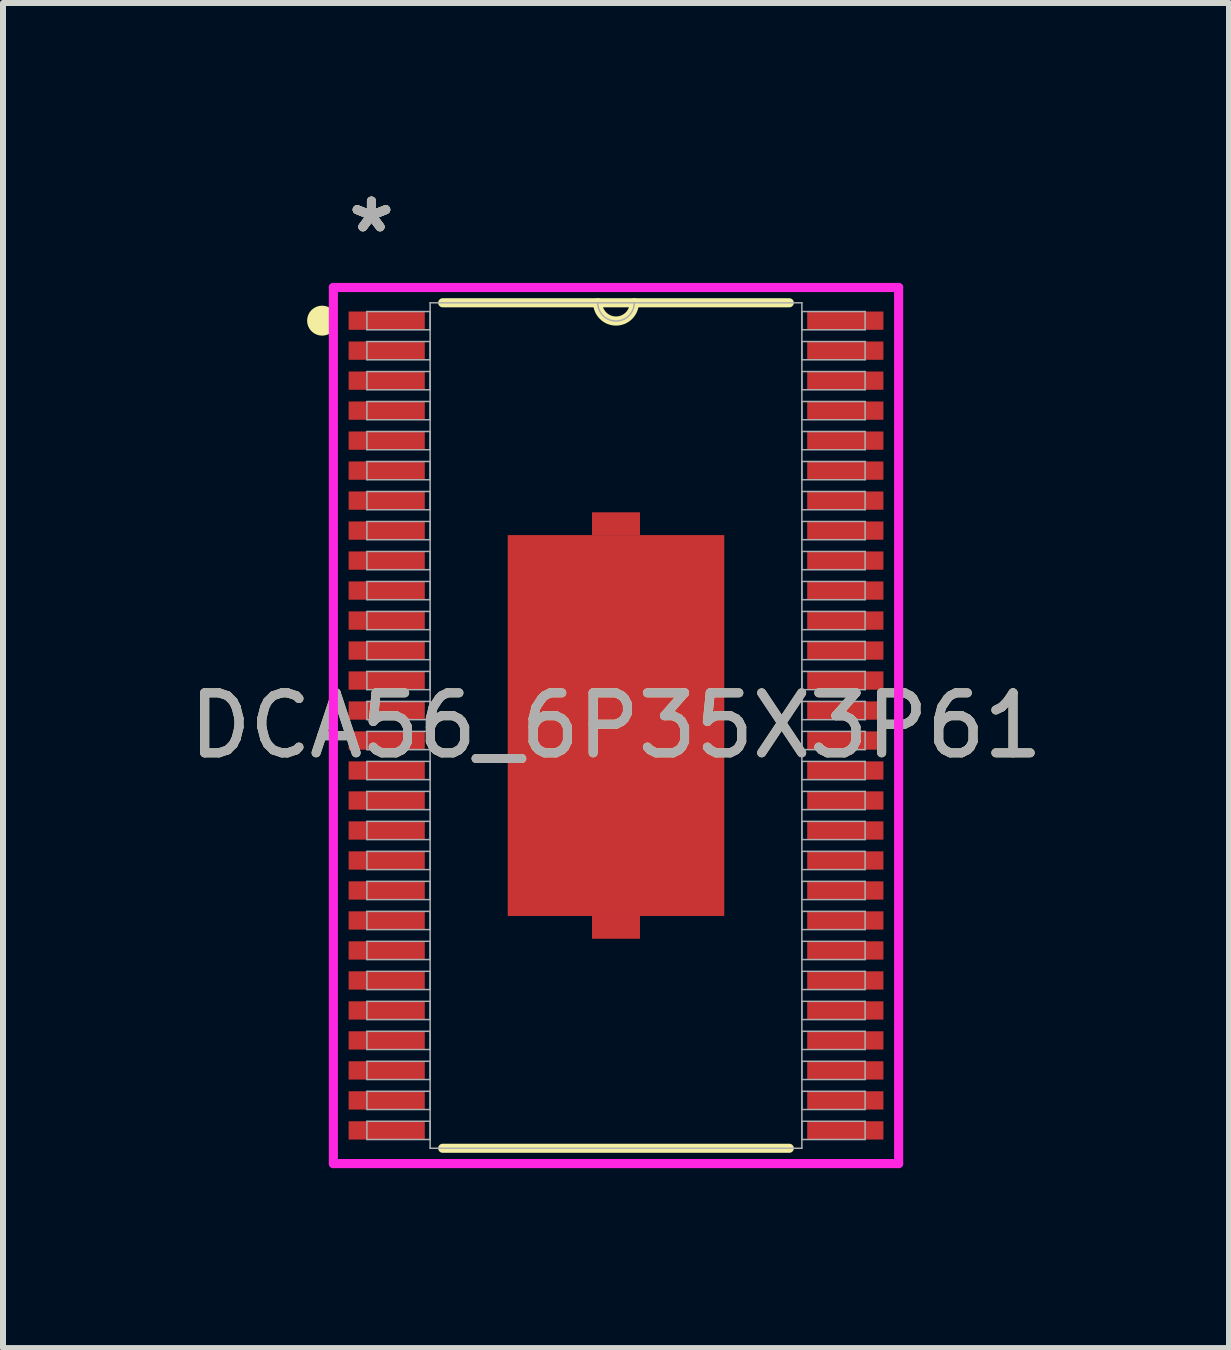
<source format=kicad_pcb>
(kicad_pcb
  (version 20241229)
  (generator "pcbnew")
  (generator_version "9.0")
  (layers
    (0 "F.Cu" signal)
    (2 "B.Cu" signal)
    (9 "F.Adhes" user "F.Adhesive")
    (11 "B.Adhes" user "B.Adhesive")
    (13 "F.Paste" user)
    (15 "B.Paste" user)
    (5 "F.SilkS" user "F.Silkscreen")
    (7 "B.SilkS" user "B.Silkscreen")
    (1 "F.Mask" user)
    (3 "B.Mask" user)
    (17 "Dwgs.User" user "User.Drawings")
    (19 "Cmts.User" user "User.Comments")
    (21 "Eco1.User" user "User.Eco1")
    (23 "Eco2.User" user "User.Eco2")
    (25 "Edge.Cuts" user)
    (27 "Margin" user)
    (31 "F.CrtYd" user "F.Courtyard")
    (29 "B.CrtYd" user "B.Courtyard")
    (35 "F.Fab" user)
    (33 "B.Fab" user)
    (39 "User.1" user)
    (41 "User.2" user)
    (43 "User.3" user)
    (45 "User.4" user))
  (footprint "DCA56_6P35X3P61"
    (layer "F.Cu")
    (at 7.22 9.046)
    (property "Reference" "DCA56_6P35X3P61" (at 0 0 0) (unlocked yes) (layer "F.SilkS") (effects (font (size 1 1) (thickness 0.15))))
    (attr smd)
    (fp_poly (pts (xy -0.4 -3.175) (xy -0.4 -3.555) (xy 0.4 -3.555) (xy 0.4 -3.175)) (stroke (width 0) (type solid)) (fill yes) (layer "F.Cu"))
    (fp_poly (pts (xy -0.4 3.175) (xy -0.4 3.555) (xy 0.4 3.555) (xy 0.4 3.175)) (stroke (width 0) (type solid)) (fill yes) (layer "F.Cu"))
    (fp_poly (pts (xy -1.869 -3.239) (xy -1.381 -3.239) (xy -1.381 3.239) (xy -1.869 3.239)) (stroke (width 0) (type solid)) (fill yes) (layer "F.Mask"))
    (fp_poly (pts (xy -1.869 -3.239) (xy 1.869 -3.239) (xy 1.869 -2.956) (xy -1.869 -2.956)) (stroke (width 0) (type solid)) (fill yes) (layer "F.Mask"))
    (fp_poly (pts (xy -1.869 -2.556) (xy 1.869 -2.556) (xy 1.869 -2.168) (xy -1.869 -2.168)) (stroke (width 0) (type solid)) (fill yes) (layer "F.Mask"))
    (fp_poly (pts (xy -1.869 -1.768) (xy 1.869 -1.768) (xy 1.869 -1.381) (xy -1.869 -1.381)) (stroke (width 0) (type solid)) (fill yes) (layer "F.Mask"))
    (fp_poly (pts (xy -1.869 -0.981) (xy 1.869 -0.981) (xy 1.869 -0.594) (xy -1.869 -0.594)) (stroke (width 0) (type solid)) (fill yes) (layer "F.Mask"))
    (fp_poly (pts (xy -1.869 -0.194) (xy 1.869 -0.194) (xy 1.869 0.194) (xy -1.869 0.194)) (stroke (width 0) (type solid)) (fill yes) (layer "F.Mask"))
    (fp_poly (pts (xy -1.869 0.594) (xy 1.869 0.594) (xy 1.869 0.981) (xy -1.869 0.981)) (stroke (width 0) (type solid)) (fill yes) (layer "F.Mask"))
    (fp_poly (pts (xy -1.869 1.381) (xy 1.869 1.381) (xy 1.869 1.768) (xy -1.869 1.768)) (stroke (width 0) (type solid)) (fill yes) (layer "F.Mask"))
    (fp_poly (pts (xy -1.869 2.168) (xy 1.869 2.168) (xy 1.869 2.556) (xy -1.869 2.556)) (stroke (width 0) (type solid)) (fill yes) (layer "F.Mask"))
    (fp_poly (pts (xy -1.869 2.956) (xy 1.869 2.956) (xy 1.869 3.239) (xy -1.869 3.239)) (stroke (width 0) (type solid)) (fill yes) (layer "F.Mask"))
    (fp_poly (pts (xy -0.594 -3.239) (xy -0.981 -3.239) (xy -0.981 3.239) (xy -0.594 3.239)) (stroke (width 0) (type solid)) (fill yes) (layer "F.Mask"))
    (fp_poly (pts (xy -0.4 -3.175) (xy -0.4 -3.555) (xy 0.4 -3.555) (xy 0.4 -3.175)) (stroke (width 0) (type solid)) (fill yes) (layer "F.Mask"))
    (fp_poly (pts (xy -0.4 3.175) (xy -0.4 3.555) (xy 0.4 3.555) (xy 0.4 3.175)) (stroke (width 0) (type solid)) (fill yes) (layer "F.Mask"))
    (fp_poly (pts (xy 0.194 -3.239) (xy -0.194 -3.239) (xy -0.194 3.239) (xy 0.194 3.239)) (stroke (width 0) (type solid)) (fill yes) (layer "F.Mask"))
    (fp_poly (pts (xy 0.981 -3.239) (xy 0.594 -3.239) (xy 0.594 3.239) (xy 0.981 3.239)) (stroke (width 0) (type solid)) (fill yes) (layer "F.Mask"))
    (fp_poly (pts (xy 1.381 -3.239) (xy 1.869 -3.239) (xy 1.869 3.239) (xy 1.381 3.239)) (stroke (width 0) (type solid)) (fill yes) (layer "F.Mask"))
    (fp_line (start -2.889 7.048) (end 2.889 7.048) (stroke (width 0.152) (type solid)) (layer "F.SilkS"))
    (fp_line (start 2.889 -7.048) (end -2.889 -7.048) (stroke (width 0.152) (type solid)) (layer "F.SilkS"))
    (fp_arc (start 0.3048 -7.0485) (mid 0 -6.7437) (end -0.3048 -7.0485) (stroke (width 0.1524) (type solid)) (layer "F.SilkS"))
    (fp_circle (center -4.9 -6.75) (end -4.775 -6.75) (stroke (width 0.25) (type solid)) (fill no) (layer "F.SilkS"))
    (fp_poly (pts (xy -1.73 -3.1) (xy -1.73 -2.856) (xy -1.423 -2.856) (xy -1.281 -2.997) (xy -1.281 -3.1)) (stroke (width 0) (type solid)) (fill yes) (layer "F.Paste"))
    (fp_poly (pts (xy -1.73 2.856) (xy -1.73 3.1) (xy -1.281 3.1) (xy -1.281 2.997) (xy -1.423 2.856)) (stroke (width 0) (type solid)) (fill yes) (layer "F.Paste"))
    (fp_poly (pts (xy 1.281 -3.1) (xy 1.281 -2.997) (xy 1.423 -2.856) (xy 1.73 -2.856) (xy 1.73 -3.1)) (stroke (width 0) (type solid)) (fill yes) (layer "F.Paste"))
    (fp_poly (pts (xy 1.423 2.856) (xy 1.281 2.997) (xy 1.281 3.1) (xy 1.73 3.1) (xy 1.73 2.856)) (stroke (width 0) (type solid)) (fill yes) (layer "F.Paste"))
    (fp_poly (pts (xy -1.73 -2.656) (xy -1.73 -2.068) (xy -1.423 -2.068) (xy -1.281 -2.21) (xy -1.281 -2.514) (xy -1.423 -2.656)) (stroke (width 0) (type solid)) (fill yes) (layer "F.Paste"))
    (fp_poly (pts (xy -1.73 -1.869) (xy -1.73 -1.281) (xy -1.423 -1.281) (xy -1.281 -1.423) (xy -1.281 -1.727) (xy -1.423 -1.869)) (stroke (width 0) (type solid)) (fill yes) (layer "F.Paste"))
    (fp_poly (pts (xy -1.73 -1.081) (xy -1.73 -0.494) (xy -1.423 -0.494) (xy -1.281 -0.635) (xy -1.281 -0.94) (xy -1.423 -1.081)) (stroke (width 0) (type solid)) (fill yes) (layer "F.Paste"))
    (fp_poly (pts (xy -1.73 -0.294) (xy -1.73 0.294) (xy -1.423 0.294) (xy -1.281 0.152) (xy -1.281 -0.152) (xy -1.423 -0.294)) (stroke (width 0) (type solid)) (fill yes) (layer "F.Paste"))
    (fp_poly (pts (xy -1.73 0.494) (xy -1.73 1.081) (xy -1.423 1.081) (xy -1.281 0.94) (xy -1.281 0.635) (xy -1.423 0.494)) (stroke (width 0) (type solid)) (fill yes) (layer "F.Paste"))
    (fp_poly (pts (xy -1.73 1.281) (xy -1.73 1.869) (xy -1.423 1.869) (xy -1.281 1.727) (xy -1.281 1.423) (xy -1.423 1.281)) (stroke (width 0) (type solid)) (fill yes) (layer "F.Paste"))
    (fp_poly (pts (xy -1.73 2.068) (xy -1.73 2.656) (xy -1.423 2.656) (xy -1.281 2.514) (xy -1.281 2.21) (xy -1.423 2.068)) (stroke (width 0) (type solid)) (fill yes) (layer "F.Paste"))
    (fp_poly (pts (xy -1.081 -3.1) (xy -1.081 -2.997) (xy -0.94 -2.856) (xy -0.635 -2.856) (xy -0.494 -2.997) (xy -0.494 -3.1)) (stroke (width 0) (type solid)) (fill yes) (layer "F.Paste"))
    (fp_poly (pts (xy -0.94 2.856) (xy -1.081 2.997) (xy -1.081 3.1) (xy -0.494 3.1) (xy -0.494 2.997) (xy -0.635 2.856)) (stroke (width 0) (type solid)) (fill yes) (layer "F.Paste"))
    (fp_poly (pts (xy -0.294 -3.1) (xy -0.294 -2.997) (xy -0.152 -2.856) (xy 0.152 -2.856) (xy 0.294 -2.997) (xy 0.294 -3.1)) (stroke (width 0) (type solid)) (fill yes) (layer "F.Paste"))
    (fp_poly (pts (xy -0.152 2.856) (xy -0.294 2.997) (xy -0.294 3.1) (xy 0.294 3.1) (xy 0.294 2.997) (xy 0.152 2.856)) (stroke (width 0) (type solid)) (fill yes) (layer "F.Paste"))
    (fp_poly (pts (xy 0.494 -3.1) (xy 0.494 -2.997) (xy 0.635 -2.856) (xy 0.94 -2.856) (xy 1.081 -2.997) (xy 1.081 -3.1)) (stroke (width 0) (type solid)) (fill yes) (layer "F.Paste"))
    (fp_poly (pts (xy 0.635 2.856) (xy 0.494 2.997) (xy 0.494 3.1) (xy 1.081 3.1) (xy 1.081 2.997) (xy 0.94 2.856)) (stroke (width 0) (type solid)) (fill yes) (layer "F.Paste"))
    (fp_poly (pts (xy 1.423 -2.656) (xy 1.281 -2.514) (xy 1.281 -2.21) (xy 1.423 -2.068) (xy 1.73 -2.068) (xy 1.73 -2.656)) (stroke (width 0) (type solid)) (fill yes) (layer "F.Paste"))
    (fp_poly (pts (xy 1.423 -1.869) (xy 1.281 -1.727) (xy 1.281 -1.423) (xy 1.423 -1.281) (xy 1.73 -1.281) (xy 1.73 -1.869)) (stroke (width 0) (type solid)) (fill yes) (layer "F.Paste"))
    (fp_poly (pts (xy 1.423 -1.081) (xy 1.281 -0.94) (xy 1.281 -0.635) (xy 1.423 -0.494) (xy 1.73 -0.494) (xy 1.73 -1.081)) (stroke (width 0) (type solid)) (fill yes) (layer "F.Paste"))
    (fp_poly (pts (xy 1.423 -0.294) (xy 1.281 -0.152) (xy 1.281 0.152) (xy 1.423 0.294) (xy 1.73 0.294) (xy 1.73 -0.294)) (stroke (width 0) (type solid)) (fill yes) (layer "F.Paste"))
    (fp_poly (pts (xy 1.423 0.494) (xy 1.281 0.635) (xy 1.281 0.94) (xy 1.423 1.081) (xy 1.73 1.081) (xy 1.73 0.494)) (stroke (width 0) (type solid)) (fill yes) (layer "F.Paste"))
    (fp_poly (pts (xy 1.423 1.281) (xy 1.281 1.423) (xy 1.281 1.727) (xy 1.423 1.869) (xy 1.73 1.869) (xy 1.73 1.281)) (stroke (width 0) (type solid)) (fill yes) (layer "F.Paste"))
    (fp_poly (pts (xy 1.423 2.068) (xy 1.281 2.21) (xy 1.281 2.514) (xy 1.423 2.656) (xy 1.73 2.656) (xy 1.73 2.068)) (stroke (width 0) (type solid)) (fill yes) (layer "F.Paste"))
    (fp_poly (pts (xy -0.94 -2.656) (xy -1.081 -2.514) (xy -1.081 -2.21) (xy -0.94 -2.068) (xy -0.635 -2.068) (xy -0.494 -2.21) (xy -0.494 -2.514) (xy -0.635 -2.656)) (stroke (width 0) (type solid)) (fill yes) (layer "F.Paste"))
    (fp_poly (pts (xy -0.94 -1.869) (xy -1.081 -1.727) (xy -1.081 -1.423) (xy -0.94 -1.281) (xy -0.635 -1.281) (xy -0.494 -1.423) (xy -0.494 -1.727) (xy -0.635 -1.869)) (stroke (width 0) (type solid)) (fill yes) (layer "F.Paste"))
    (fp_poly (pts (xy -0.94 -1.081) (xy -1.081 -0.94) (xy -1.081 -0.635) (xy -0.94 -0.494) (xy -0.635 -0.494) (xy -0.494 -0.635) (xy -0.494 -0.94) (xy -0.635 -1.081)) (stroke (width 0) (type solid)) (fill yes) (layer "F.Paste"))
    (fp_poly (pts (xy -0.94 -0.294) (xy -1.081 -0.152) (xy -1.081 0.152) (xy -0.94 0.294) (xy -0.635 0.294) (xy -0.494 0.152) (xy -0.494 -0.152) (xy -0.635 -0.294)) (stroke (width 0) (type solid)) (fill yes) (layer "F.Paste"))
    (fp_poly (pts (xy -0.94 0.494) (xy -1.081 0.635) (xy -1.081 0.94) (xy -0.94 1.081) (xy -0.635 1.081) (xy -0.494 0.94) (xy -0.494 0.635) (xy -0.635 0.494)) (stroke (width 0) (type solid)) (fill yes) (layer "F.Paste"))
    (fp_poly (pts (xy -0.94 1.281) (xy -1.081 1.423) (xy -1.081 1.727) (xy -0.94 1.869) (xy -0.635 1.869) (xy -0.494 1.727) (xy -0.494 1.423) (xy -0.635 1.281)) (stroke (width 0) (type solid)) (fill yes) (layer "F.Paste"))
    (fp_poly (pts (xy -0.94 2.068) (xy -1.081 2.21) (xy -1.081 2.514) (xy -0.94 2.656) (xy -0.635 2.656) (xy -0.494 2.514) (xy -0.494 2.21) (xy -0.635 2.068)) (stroke (width 0) (type solid)) (fill yes) (layer "F.Paste"))
    (fp_poly (pts (xy -0.152 -2.656) (xy -0.294 -2.514) (xy -0.294 -2.21) (xy -0.152 -2.068) (xy 0.152 -2.068) (xy 0.294 -2.21) (xy 0.294 -2.514) (xy 0.152 -2.656)) (stroke (width 0) (type solid)) (fill yes) (layer "F.Paste"))
    (fp_poly (pts (xy -0.152 -1.869) (xy -0.294 -1.727) (xy -0.294 -1.423) (xy -0.152 -1.281) (xy 0.152 -1.281) (xy 0.294 -1.423) (xy 0.294 -1.727) (xy 0.152 -1.869)) (stroke (width 0) (type solid)) (fill yes) (layer "F.Paste"))
    (fp_poly (pts (xy -0.152 -1.081) (xy -0.294 -0.94) (xy -0.294 -0.635) (xy -0.152 -0.494) (xy 0.152 -0.494) (xy 0.294 -0.635) (xy 0.294 -0.94) (xy 0.152 -1.081)) (stroke (width 0) (type solid)) (fill yes) (layer "F.Paste"))
    (fp_poly (pts (xy -0.152 -0.294) (xy -0.294 -0.152) (xy -0.294 0.152) (xy -0.152 0.294) (xy 0.152 0.294) (xy 0.294 0.152) (xy 0.294 -0.152) (xy 0.152 -0.294)) (stroke (width 0) (type solid)) (fill yes) (layer "F.Paste"))
    (fp_poly (pts (xy -0.152 0.494) (xy -0.294 0.635) (xy -0.294 0.94) (xy -0.152 1.081) (xy 0.152 1.081) (xy 0.294 0.94) (xy 0.294 0.635) (xy 0.152 0.494)) (stroke (width 0) (type solid)) (fill yes) (layer "F.Paste"))
    (fp_poly (pts (xy -0.152 1.281) (xy -0.294 1.423) (xy -0.294 1.727) (xy -0.152 1.869) (xy 0.152 1.869) (xy 0.294 1.727) (xy 0.294 1.423) (xy 0.152 1.281)) (stroke (width 0) (type solid)) (fill yes) (layer "F.Paste"))
    (fp_poly (pts (xy -0.152 2.068) (xy -0.294 2.21) (xy -0.294 2.514) (xy -0.152 2.656) (xy 0.152 2.656) (xy 0.294 2.514) (xy 0.294 2.21) (xy 0.152 2.068)) (stroke (width 0) (type solid)) (fill yes) (layer "F.Paste"))
    (fp_poly (pts (xy 0.635 -2.656) (xy 0.494 -2.514) (xy 0.494 -2.21) (xy 0.635 -2.068) (xy 0.94 -2.068) (xy 1.081 -2.21) (xy 1.081 -2.514) (xy 0.94 -2.656)) (stroke (width 0) (type solid)) (fill yes) (layer "F.Paste"))
    (fp_poly (pts (xy 0.635 -1.869) (xy 0.494 -1.727) (xy 0.494 -1.423) (xy 0.635 -1.281) (xy 0.94 -1.281) (xy 1.081 -1.423) (xy 1.081 -1.727) (xy 0.94 -1.869)) (stroke (width 0) (type solid)) (fill yes) (layer "F.Paste"))
    (fp_poly (pts (xy 0.635 -1.081) (xy 0.494 -0.94) (xy 0.494 -0.635) (xy 0.635 -0.494) (xy 0.94 -0.494) (xy 1.081 -0.635) (xy 1.081 -0.94) (xy 0.94 -1.081)) (stroke (width 0) (type solid)) (fill yes) (layer "F.Paste"))
    (fp_poly (pts (xy 0.635 -0.294) (xy 0.494 -0.152) (xy 0.494 0.152) (xy 0.635 0.294) (xy 0.94 0.294) (xy 1.081 0.152) (xy 1.081 -0.152) (xy 0.94 -0.294)) (stroke (width 0) (type solid)) (fill yes) (layer "F.Paste"))
    (fp_poly (pts (xy 0.635 0.494) (xy 0.494 0.635) (xy 0.494 0.94) (xy 0.635 1.081) (xy 0.94 1.081) (xy 1.081 0.94) (xy 1.081 0.635) (xy 0.94 0.494)) (stroke (width 0) (type solid)) (fill yes) (layer "F.Paste"))
    (fp_poly (pts (xy 0.635 1.281) (xy 0.494 1.423) (xy 0.494 1.727) (xy 0.635 1.869) (xy 0.94 1.869) (xy 1.081 1.727) (xy 1.081 1.423) (xy 0.94 1.281)) (stroke (width 0) (type solid)) (fill yes) (layer "F.Paste"))
    (fp_poly (pts (xy 0.635 2.068) (xy 0.494 2.21) (xy 0.494 2.514) (xy 0.635 2.656) (xy 0.94 2.656) (xy 1.081 2.514) (xy 1.081 2.21) (xy 0.94 2.068)) (stroke (width 0) (type solid)) (fill yes) (layer "F.Paste"))
    (fp_line (start -4.712 -7.303) (end 4.712 -7.303) (stroke (width 0.152) (type solid)) (layer "F.CrtYd"))
    (fp_line (start -4.712 7.303) (end -4.712 -7.303) (stroke (width 0.152) (type solid)) (layer "F.CrtYd"))
    (fp_line (start 4.712 -7.303) (end 4.712 7.303) (stroke (width 0.152) (type solid)) (layer "F.CrtYd"))
    (fp_line (start 4.712 7.303) (end -4.712 7.303) (stroke (width 0.152) (type solid)) (layer "F.CrtYd"))
    (fp_line (start -4.153 -6.902) (end -4.153 -6.598) (stroke (width 0.025) (type solid)) (layer "F.Fab"))
    (fp_line (start -4.153 -6.598) (end -3.099 -6.598) (stroke (width 0.025) (type solid)) (layer "F.Fab"))
    (fp_line (start -4.153 -6.402) (end -4.153 -6.098) (stroke (width 0.025) (type solid)) (layer "F.Fab"))
    (fp_line (start -4.153 -6.098) (end -3.099 -6.098) (stroke (width 0.025) (type solid)) (layer "F.Fab"))
    (fp_line (start -4.153 -5.902) (end -4.153 -5.598) (stroke (width 0.025) (type solid)) (layer "F.Fab"))
    (fp_line (start -4.153 -5.598) (end -3.099 -5.598) (stroke (width 0.025) (type solid)) (layer "F.Fab"))
    (fp_line (start -4.153 -5.402) (end -4.153 -5.098) (stroke (width 0.025) (type solid)) (layer "F.Fab"))
    (fp_line (start -4.153 -5.098) (end -3.099 -5.098) (stroke (width 0.025) (type solid)) (layer "F.Fab"))
    (fp_line (start -4.153 -4.902) (end -4.153 -4.598) (stroke (width 0.025) (type solid)) (layer "F.Fab"))
    (fp_line (start -4.153 -4.598) (end -3.099 -4.598) (stroke (width 0.025) (type solid)) (layer "F.Fab"))
    (fp_line (start -4.153 -4.402) (end -4.153 -4.098) (stroke (width 0.025) (type solid)) (layer "F.Fab"))
    (fp_line (start -4.153 -4.098) (end -3.099 -4.098) (stroke (width 0.025) (type solid)) (layer "F.Fab"))
    (fp_line (start -4.153 -3.902) (end -4.153 -3.598) (stroke (width 0.025) (type solid)) (layer "F.Fab"))
    (fp_line (start -4.153 -3.598) (end -3.099 -3.598) (stroke (width 0.025) (type solid)) (layer "F.Fab"))
    (fp_line (start -4.153 -3.402) (end -4.153 -3.098) (stroke (width 0.025) (type solid)) (layer "F.Fab"))
    (fp_line (start -4.153 -3.098) (end -3.099 -3.098) (stroke (width 0.025) (type solid)) (layer "F.Fab"))
    (fp_line (start -4.153 -2.902) (end -4.153 -2.598) (stroke (width 0.025) (type solid)) (layer "F.Fab"))
    (fp_line (start -4.153 -2.598) (end -3.099 -2.598) (stroke (width 0.025) (type solid)) (layer "F.Fab"))
    (fp_line (start -4.153 -2.402) (end -4.153 -2.098) (stroke (width 0.025) (type solid)) (layer "F.Fab"))
    (fp_line (start -4.153 -2.098) (end -3.099 -2.098) (stroke (width 0.025) (type solid)) (layer "F.Fab"))
    (fp_line (start -4.153 -1.902) (end -4.153 -1.598) (stroke (width 0.025) (type solid)) (layer "F.Fab"))
    (fp_line (start -4.153 -1.598) (end -3.099 -1.598) (stroke (width 0.025) (type solid)) (layer "F.Fab"))
    (fp_line (start -4.153 -1.402) (end -4.153 -1.098) (stroke (width 0.025) (type solid)) (layer "F.Fab"))
    (fp_line (start -4.153 -1.098) (end -3.099 -1.098) (stroke (width 0.025) (type solid)) (layer "F.Fab"))
    (fp_line (start -4.153 -0.902) (end -4.153 -0.598) (stroke (width 0.025) (type solid)) (layer "F.Fab"))
    (fp_line (start -4.153 -0.598) (end -3.099 -0.598) (stroke (width 0.025) (type solid)) (layer "F.Fab"))
    (fp_line (start -4.153 -0.402) (end -4.153 -0.098) (stroke (width 0.025) (type solid)) (layer "F.Fab"))
    (fp_line (start -4.153 -0.098) (end -3.099 -0.098) (stroke (width 0.025) (type solid)) (layer "F.Fab"))
    (fp_line (start -4.153 0.098) (end -4.153 0.402) (stroke (width 0.025) (type solid)) (layer "F.Fab"))
    (fp_line (start -4.153 0.402) (end -3.099 0.402) (stroke (width 0.025) (type solid)) (layer "F.Fab"))
    (fp_line (start -4.153 0.598) (end -4.153 0.902) (stroke (width 0.025) (type solid)) (layer "F.Fab"))
    (fp_line (start -4.153 0.902) (end -3.099 0.902) (stroke (width 0.025) (type solid)) (layer "F.Fab"))
    (fp_line (start -4.153 1.098) (end -4.153 1.402) (stroke (width 0.025) (type solid)) (layer "F.Fab"))
    (fp_line (start -4.153 1.402) (end -3.099 1.402) (stroke (width 0.025) (type solid)) (layer "F.Fab"))
    (fp_line (start -4.153 1.598) (end -4.153 1.902) (stroke (width 0.025) (type solid)) (layer "F.Fab"))
    (fp_line (start -4.153 1.902) (end -3.099 1.902) (stroke (width 0.025) (type solid)) (layer "F.Fab"))
    (fp_line (start -4.153 2.098) (end -4.153 2.402) (stroke (width 0.025) (type solid)) (layer "F.Fab"))
    (fp_line (start -4.153 2.402) (end -3.099 2.402) (stroke (width 0.025) (type solid)) (layer "F.Fab"))
    (fp_line (start -4.153 2.598) (end -4.153 2.902) (stroke (width 0.025) (type solid)) (layer "F.Fab"))
    (fp_line (start -4.153 2.902) (end -3.099 2.902) (stroke (width 0.025) (type solid)) (layer "F.Fab"))
    (fp_line (start -4.153 3.098) (end -4.153 3.402) (stroke (width 0.025) (type solid)) (layer "F.Fab"))
    (fp_line (start -4.153 3.402) (end -3.099 3.402) (stroke (width 0.025) (type solid)) (layer "F.Fab"))
    (fp_line (start -4.153 3.598) (end -4.153 3.902) (stroke (width 0.025) (type solid)) (layer "F.Fab"))
    (fp_line (start -4.153 3.902) (end -3.099 3.902) (stroke (width 0.025) (type solid)) (layer "F.Fab"))
    (fp_line (start -4.153 4.098) (end -4.153 4.402) (stroke (width 0.025) (type solid)) (layer "F.Fab"))
    (fp_line (start -4.153 4.402) (end -3.099 4.402) (stroke (width 0.025) (type solid)) (layer "F.Fab"))
    (fp_line (start -4.153 4.598) (end -4.153 4.902) (stroke (width 0.025) (type solid)) (layer "F.Fab"))
    (fp_line (start -4.153 4.902) (end -3.099 4.902) (stroke (width 0.025) (type solid)) (layer "F.Fab"))
    (fp_line (start -4.153 5.098) (end -4.153 5.402) (stroke (width 0.025) (type solid)) (layer "F.Fab"))
    (fp_line (start -4.153 5.402) (end -3.099 5.402) (stroke (width 0.025) (type solid)) (layer "F.Fab"))
    (fp_line (start -4.153 5.598) (end -4.153 5.902) (stroke (width 0.025) (type solid)) (layer "F.Fab"))
    (fp_line (start -4.153 5.902) (end -3.099 5.902) (stroke (width 0.025) (type solid)) (layer "F.Fab"))
    (fp_line (start -4.153 6.098) (end -4.153 6.402) (stroke (width 0.025) (type solid)) (layer "F.Fab"))
    (fp_line (start -4.153 6.402) (end -3.099 6.402) (stroke (width 0.025) (type solid)) (layer "F.Fab"))
    (fp_line (start -4.153 6.598) (end -4.153 6.902) (stroke (width 0.025) (type solid)) (layer "F.Fab"))
    (fp_line (start -4.153 6.902) (end -3.099 6.902) (stroke (width 0.025) (type solid)) (layer "F.Fab"))
    (fp_line (start -3.099 -7.048) (end -3.099 7.048) (stroke (width 0.025) (type solid)) (layer "F.Fab"))
    (fp_line (start -3.099 -6.902) (end -4.153 -6.902) (stroke (width 0.025) (type solid)) (layer "F.Fab"))
    (fp_line (start -3.099 -6.598) (end -3.099 -6.902) (stroke (width 0.025) (type solid)) (layer "F.Fab"))
    (fp_line (start -3.099 -6.402) (end -4.153 -6.402) (stroke (width 0.025) (type solid)) (layer "F.Fab"))
    (fp_line (start -3.099 -6.098) (end -3.099 -6.402) (stroke (width 0.025) (type solid)) (layer "F.Fab"))
    (fp_line (start -3.099 -5.902) (end -4.153 -5.902) (stroke (width 0.025) (type solid)) (layer "F.Fab"))
    (fp_line (start -3.099 -5.598) (end -3.099 -5.902) (stroke (width 0.025) (type solid)) (layer "F.Fab"))
    (fp_line (start -3.099 -5.402) (end -4.153 -5.402) (stroke (width 0.025) (type solid)) (layer "F.Fab"))
    (fp_line (start -3.099 -5.098) (end -3.099 -5.402) (stroke (width 0.025) (type solid)) (layer "F.Fab"))
    (fp_line (start -3.099 -4.902) (end -4.153 -4.902) (stroke (width 0.025) (type solid)) (layer "F.Fab"))
    (fp_line (start -3.099 -4.598) (end -3.099 -4.902) (stroke (width 0.025) (type solid)) (layer "F.Fab"))
    (fp_line (start -3.099 -4.402) (end -4.153 -4.402) (stroke (width 0.025) (type solid)) (layer "F.Fab"))
    (fp_line (start -3.099 -4.098) (end -3.099 -4.402) (stroke (width 0.025) (type solid)) (layer "F.Fab"))
    (fp_line (start -3.099 -3.902) (end -4.153 -3.902) (stroke (width 0.025) (type solid)) (layer "F.Fab"))
    (fp_line (start -3.099 -3.598) (end -3.099 -3.902) (stroke (width 0.025) (type solid)) (layer "F.Fab"))
    (fp_line (start -3.099 -3.402) (end -4.153 -3.402) (stroke (width 0.025) (type solid)) (layer "F.Fab"))
    (fp_line (start -3.099 -3.098) (end -3.099 -3.402) (stroke (width 0.025) (type solid)) (layer "F.Fab"))
    (fp_line (start -3.099 -2.902) (end -4.153 -2.902) (stroke (width 0.025) (type solid)) (layer "F.Fab"))
    (fp_line (start -3.099 -2.598) (end -3.099 -2.902) (stroke (width 0.025) (type solid)) (layer "F.Fab"))
    (fp_line (start -3.099 -2.402) (end -4.153 -2.402) (stroke (width 0.025) (type solid)) (layer "F.Fab"))
    (fp_line (start -3.099 -2.098) (end -3.099 -2.402) (stroke (width 0.025) (type solid)) (layer "F.Fab"))
    (fp_line (start -3.099 -1.902) (end -4.153 -1.902) (stroke (width 0.025) (type solid)) (layer "F.Fab"))
    (fp_line (start -3.099 -1.598) (end -3.099 -1.902) (stroke (width 0.025) (type solid)) (layer "F.Fab"))
    (fp_line (start -3.099 -1.402) (end -4.153 -1.402) (stroke (width 0.025) (type solid)) (layer "F.Fab"))
    (fp_line (start -3.099 -1.098) (end -3.099 -1.402) (stroke (width 0.025) (type solid)) (layer "F.Fab"))
    (fp_line (start -3.099 -0.902) (end -4.153 -0.902) (stroke (width 0.025) (type solid)) (layer "F.Fab"))
    (fp_line (start -3.099 -0.598) (end -3.099 -0.902) (stroke (width 0.025) (type solid)) (layer "F.Fab"))
    (fp_line (start -3.099 -0.402) (end -4.153 -0.402) (stroke (width 0.025) (type solid)) (layer "F.Fab"))
    (fp_line (start -3.099 -0.098) (end -3.099 -0.402) (stroke (width 0.025) (type solid)) (layer "F.Fab"))
    (fp_line (start -3.099 0.098) (end -4.153 0.098) (stroke (width 0.025) (type solid)) (layer "F.Fab"))
    (fp_line (start -3.099 0.402) (end -3.099 0.098) (stroke (width 0.025) (type solid)) (layer "F.Fab"))
    (fp_line (start -3.099 0.598) (end -4.153 0.598) (stroke (width 0.025) (type solid)) (layer "F.Fab"))
    (fp_line (start -3.099 0.902) (end -3.099 0.598) (stroke (width 0.025) (type solid)) (layer "F.Fab"))
    (fp_line (start -3.099 1.098) (end -4.153 1.098) (stroke (width 0.025) (type solid)) (layer "F.Fab"))
    (fp_line (start -3.099 1.402) (end -3.099 1.098) (stroke (width 0.025) (type solid)) (layer "F.Fab"))
    (fp_line (start -3.099 1.598) (end -4.153 1.598) (stroke (width 0.025) (type solid)) (layer "F.Fab"))
    (fp_line (start -3.099 1.902) (end -3.099 1.598) (stroke (width 0.025) (type solid)) (layer "F.Fab"))
    (fp_line (start -3.099 2.098) (end -4.153 2.098) (stroke (width 0.025) (type solid)) (layer "F.Fab"))
    (fp_line (start -3.099 2.402) (end -3.099 2.098) (stroke (width 0.025) (type solid)) (layer "F.Fab"))
    (fp_line (start -3.099 2.598) (end -4.153 2.598) (stroke (width 0.025) (type solid)) (layer "F.Fab"))
    (fp_line (start -3.099 2.902) (end -3.099 2.598) (stroke (width 0.025) (type solid)) (layer "F.Fab"))
    (fp_line (start -3.099 3.098) (end -4.153 3.098) (stroke (width 0.025) (type solid)) (layer "F.Fab"))
    (fp_line (start -3.099 3.402) (end -3.099 3.098) (stroke (width 0.025) (type solid)) (layer "F.Fab"))
    (fp_line (start -3.099 3.598) (end -4.153 3.598) (stroke (width 0.025) (type solid)) (layer "F.Fab"))
    (fp_line (start -3.099 3.902) (end -3.099 3.598) (stroke (width 0.025) (type solid)) (layer "F.Fab"))
    (fp_line (start -3.099 4.098) (end -4.153 4.098) (stroke (width 0.025) (type solid)) (layer "F.Fab"))
    (fp_line (start -3.099 4.402) (end -3.099 4.098) (stroke (width 0.025) (type solid)) (layer "F.Fab"))
    (fp_line (start -3.099 4.598) (end -4.153 4.598) (stroke (width 0.025) (type solid)) (layer "F.Fab"))
    (fp_line (start -3.099 4.902) (end -3.099 4.598) (stroke (width 0.025) (type solid)) (layer "F.Fab"))
    (fp_line (start -3.099 5.098) (end -4.153 5.098) (stroke (width 0.025) (type solid)) (layer "F.Fab"))
    (fp_line (start -3.099 5.402) (end -3.099 5.098) (stroke (width 0.025) (type solid)) (layer "F.Fab"))
    (fp_line (start -3.099 5.598) (end -4.153 5.598) (stroke (width 0.025) (type solid)) (layer "F.Fab"))
    (fp_line (start -3.099 5.902) (end -3.099 5.598) (stroke (width 0.025) (type solid)) (layer "F.Fab"))
    (fp_line (start -3.099 6.098) (end -4.153 6.098) (stroke (width 0.025) (type solid)) (layer "F.Fab"))
    (fp_line (start -3.099 6.402) (end -3.099 6.098) (stroke (width 0.025) (type solid)) (layer "F.Fab"))
    (fp_line (start -3.099 6.598) (end -4.153 6.598) (stroke (width 0.025) (type solid)) (layer "F.Fab"))
    (fp_line (start -3.099 6.902) (end -3.099 6.598) (stroke (width 0.025) (type solid)) (layer "F.Fab"))
    (fp_line (start -3.099 7.048) (end 3.099 7.048) (stroke (width 0.025) (type solid)) (layer "F.Fab"))
    (fp_line (start 3.099 -7.048) (end -3.099 -7.048) (stroke (width 0.025) (type solid)) (layer "F.Fab"))
    (fp_line (start 3.099 -6.902) (end 3.099 -6.598) (stroke (width 0.025) (type solid)) (layer "F.Fab"))
    (fp_line (start 3.099 -6.598) (end 4.153 -6.598) (stroke (width 0.025) (type solid)) (layer "F.Fab"))
    (fp_line (start 3.099 -6.402) (end 3.099 -6.098) (stroke (width 0.025) (type solid)) (layer "F.Fab"))
    (fp_line (start 3.099 -6.098) (end 4.153 -6.098) (stroke (width 0.025) (type solid)) (layer "F.Fab"))
    (fp_line (start 3.099 -5.902) (end 3.099 -5.598) (stroke (width 0.025) (type solid)) (layer "F.Fab"))
    (fp_line (start 3.099 -5.598) (end 4.153 -5.598) (stroke (width 0.025) (type solid)) (layer "F.Fab"))
    (fp_line (start 3.099 -5.402) (end 3.099 -5.098) (stroke (width 0.025) (type solid)) (layer "F.Fab"))
    (fp_line (start 3.099 -5.098) (end 4.153 -5.098) (stroke (width 0.025) (type solid)) (layer "F.Fab"))
    (fp_line (start 3.099 -4.902) (end 3.099 -4.598) (stroke (width 0.025) (type solid)) (layer "F.Fab"))
    (fp_line (start 3.099 -4.598) (end 4.153 -4.598) (stroke (width 0.025) (type solid)) (layer "F.Fab"))
    (fp_line (start 3.099 -4.402) (end 3.099 -4.098) (stroke (width 0.025) (type solid)) (layer "F.Fab"))
    (fp_line (start 3.099 -4.098) (end 4.153 -4.098) (stroke (width 0.025) (type solid)) (layer "F.Fab"))
    (fp_line (start 3.099 -3.902) (end 3.099 -3.598) (stroke (width 0.025) (type solid)) (layer "F.Fab"))
    (fp_line (start 3.099 -3.598) (end 4.153 -3.598) (stroke (width 0.025) (type solid)) (layer "F.Fab"))
    (fp_line (start 3.099 -3.402) (end 3.099 -3.098) (stroke (width 0.025) (type solid)) (layer "F.Fab"))
    (fp_line (start 3.099 -3.098) (end 4.153 -3.098) (stroke (width 0.025) (type solid)) (layer "F.Fab"))
    (fp_line (start 3.099 -2.902) (end 3.099 -2.598) (stroke (width 0.025) (type solid)) (layer "F.Fab"))
    (fp_line (start 3.099 -2.598) (end 4.153 -2.598) (stroke (width 0.025) (type solid)) (layer "F.Fab"))
    (fp_line (start 3.099 -2.402) (end 3.099 -2.098) (stroke (width 0.025) (type solid)) (layer "F.Fab"))
    (fp_line (start 3.099 -2.098) (end 4.153 -2.098) (stroke (width 0.025) (type solid)) (layer "F.Fab"))
    (fp_line (start 3.099 -1.902) (end 3.099 -1.598) (stroke (width 0.025) (type solid)) (layer "F.Fab"))
    (fp_line (start 3.099 -1.598) (end 4.153 -1.598) (stroke (width 0.025) (type solid)) (layer "F.Fab"))
    (fp_line (start 3.099 -1.402) (end 3.099 -1.098) (stroke (width 0.025) (type solid)) (layer "F.Fab"))
    (fp_line (start 3.099 -1.098) (end 4.153 -1.098) (stroke (width 0.025) (type solid)) (layer "F.Fab"))
    (fp_line (start 3.099 -0.902) (end 3.099 -0.598) (stroke (width 0.025) (type solid)) (layer "F.Fab"))
    (fp_line (start 3.099 -0.598) (end 4.153 -0.598) (stroke (width 0.025) (type solid)) (layer "F.Fab"))
    (fp_line (start 3.099 -0.402) (end 3.099 -0.098) (stroke (width 0.025) (type solid)) (layer "F.Fab"))
    (fp_line (start 3.099 -0.098) (end 4.153 -0.098) (stroke (width 0.025) (type solid)) (layer "F.Fab"))
    (fp_line (start 3.099 0.098) (end 3.099 0.402) (stroke (width 0.025) (type solid)) (layer "F.Fab"))
    (fp_line (start 3.099 0.402) (end 4.153 0.402) (stroke (width 0.025) (type solid)) (layer "F.Fab"))
    (fp_line (start 3.099 0.598) (end 3.099 0.902) (stroke (width 0.025) (type solid)) (layer "F.Fab"))
    (fp_line (start 3.099 0.902) (end 4.153 0.902) (stroke (width 0.025) (type solid)) (layer "F.Fab"))
    (fp_line (start 3.099 1.098) (end 3.099 1.402) (stroke (width 0.025) (type solid)) (layer "F.Fab"))
    (fp_line (start 3.099 1.402) (end 4.153 1.402) (stroke (width 0.025) (type solid)) (layer "F.Fab"))
    (fp_line (start 3.099 1.598) (end 3.099 1.902) (stroke (width 0.025) (type solid)) (layer "F.Fab"))
    (fp_line (start 3.099 1.902) (end 4.153 1.902) (stroke (width 0.025) (type solid)) (layer "F.Fab"))
    (fp_line (start 3.099 2.098) (end 3.099 2.402) (stroke (width 0.025) (type solid)) (layer "F.Fab"))
    (fp_line (start 3.099 2.402) (end 4.153 2.402) (stroke (width 0.025) (type solid)) (layer "F.Fab"))
    (fp_line (start 3.099 2.598) (end 3.099 2.902) (stroke (width 0.025) (type solid)) (layer "F.Fab"))
    (fp_line (start 3.099 2.902) (end 4.153 2.902) (stroke (width 0.025) (type solid)) (layer "F.Fab"))
    (fp_line (start 3.099 3.098) (end 3.099 3.402) (stroke (width 0.025) (type solid)) (layer "F.Fab"))
    (fp_line (start 3.099 3.402) (end 4.153 3.402) (stroke (width 0.025) (type solid)) (layer "F.Fab"))
    (fp_line (start 3.099 3.598) (end 3.099 3.902) (stroke (width 0.025) (type solid)) (layer "F.Fab"))
    (fp_line (start 3.099 3.902) (end 4.153 3.902) (stroke (width 0.025) (type solid)) (layer "F.Fab"))
    (fp_line (start 3.099 4.098) (end 3.099 4.402) (stroke (width 0.025) (type solid)) (layer "F.Fab"))
    (fp_line (start 3.099 4.402) (end 4.153 4.402) (stroke (width 0.025) (type solid)) (layer "F.Fab"))
    (fp_line (start 3.099 4.598) (end 3.099 4.902) (stroke (width 0.025) (type solid)) (layer "F.Fab"))
    (fp_line (start 3.099 4.902) (end 4.153 4.902) (stroke (width 0.025) (type solid)) (layer "F.Fab"))
    (fp_line (start 3.099 5.098) (end 3.099 5.402) (stroke (width 0.025) (type solid)) (layer "F.Fab"))
    (fp_line (start 3.099 5.402) (end 4.153 5.402) (stroke (width 0.025) (type solid)) (layer "F.Fab"))
    (fp_line (start 3.099 5.598) (end 3.099 5.902) (stroke (width 0.025) (type solid)) (layer "F.Fab"))
    (fp_line (start 3.099 5.902) (end 4.153 5.902) (stroke (width 0.025) (type solid)) (layer "F.Fab"))
    (fp_line (start 3.099 6.098) (end 3.099 6.402) (stroke (width 0.025) (type solid)) (layer "F.Fab"))
    (fp_line (start 3.099 6.402) (end 4.153 6.402) (stroke (width 0.025) (type solid)) (layer "F.Fab"))
    (fp_line (start 3.099 6.598) (end 3.099 6.902) (stroke (width 0.025) (type solid)) (layer "F.Fab"))
    (fp_line (start 3.099 6.902) (end 4.153 6.902) (stroke (width 0.025) (type solid)) (layer "F.Fab"))
    (fp_line (start 3.099 7.048) (end 3.099 -7.048) (stroke (width 0.025) (type solid)) (layer "F.Fab"))
    (fp_line (start 4.153 -6.902) (end 3.099 -6.902) (stroke (width 0.025) (type solid)) (layer "F.Fab"))
    (fp_line (start 4.153 -6.598) (end 4.153 -6.902) (stroke (width 0.025) (type solid)) (layer "F.Fab"))
    (fp_line (start 4.153 -6.402) (end 3.099 -6.402) (stroke (width 0.025) (type solid)) (layer "F.Fab"))
    (fp_line (start 4.153 -6.098) (end 4.153 -6.402) (stroke (width 0.025) (type solid)) (layer "F.Fab"))
    (fp_line (start 4.153 -5.902) (end 3.099 -5.902) (stroke (width 0.025) (type solid)) (layer "F.Fab"))
    (fp_line (start 4.153 -5.598) (end 4.153 -5.902) (stroke (width 0.025) (type solid)) (layer "F.Fab"))
    (fp_line (start 4.153 -5.402) (end 3.099 -5.402) (stroke (width 0.025) (type solid)) (layer "F.Fab"))
    (fp_line (start 4.153 -5.098) (end 4.153 -5.402) (stroke (width 0.025) (type solid)) (layer "F.Fab"))
    (fp_line (start 4.153 -4.902) (end 3.099 -4.902) (stroke (width 0.025) (type solid)) (layer "F.Fab"))
    (fp_line (start 4.153 -4.598) (end 4.153 -4.902) (stroke (width 0.025) (type solid)) (layer "F.Fab"))
    (fp_line (start 4.153 -4.402) (end 3.099 -4.402) (stroke (width 0.025) (type solid)) (layer "F.Fab"))
    (fp_line (start 4.153 -4.098) (end 4.153 -4.402) (stroke (width 0.025) (type solid)) (layer "F.Fab"))
    (fp_line (start 4.153 -3.902) (end 3.099 -3.902) (stroke (width 0.025) (type solid)) (layer "F.Fab"))
    (fp_line (start 4.153 -3.598) (end 4.153 -3.902) (stroke (width 0.025) (type solid)) (layer "F.Fab"))
    (fp_line (start 4.153 -3.402) (end 3.099 -3.402) (stroke (width 0.025) (type solid)) (layer "F.Fab"))
    (fp_line (start 4.153 -3.098) (end 4.153 -3.402) (stroke (width 0.025) (type solid)) (layer "F.Fab"))
    (fp_line (start 4.153 -2.902) (end 3.099 -2.902) (stroke (width 0.025) (type solid)) (layer "F.Fab"))
    (fp_line (start 4.153 -2.598) (end 4.153 -2.902) (stroke (width 0.025) (type solid)) (layer "F.Fab"))
    (fp_line (start 4.153 -2.402) (end 3.099 -2.402) (stroke (width 0.025) (type solid)) (layer "F.Fab"))
    (fp_line (start 4.153 -2.098) (end 4.153 -2.402) (stroke (width 0.025) (type solid)) (layer "F.Fab"))
    (fp_line (start 4.153 -1.902) (end 3.099 -1.902) (stroke (width 0.025) (type solid)) (layer "F.Fab"))
    (fp_line (start 4.153 -1.598) (end 4.153 -1.902) (stroke (width 0.025) (type solid)) (layer "F.Fab"))
    (fp_line (start 4.153 -1.402) (end 3.099 -1.402) (stroke (width 0.025) (type solid)) (layer "F.Fab"))
    (fp_line (start 4.153 -1.098) (end 4.153 -1.402) (stroke (width 0.025) (type solid)) (layer "F.Fab"))
    (fp_line (start 4.153 -0.902) (end 3.099 -0.902) (stroke (width 0.025) (type solid)) (layer "F.Fab"))
    (fp_line (start 4.153 -0.598) (end 4.153 -0.902) (stroke (width 0.025) (type solid)) (layer "F.Fab"))
    (fp_line (start 4.153 -0.402) (end 3.099 -0.402) (stroke (width 0.025) (type solid)) (layer "F.Fab"))
    (fp_line (start 4.153 -0.098) (end 4.153 -0.402) (stroke (width 0.025) (type solid)) (layer "F.Fab"))
    (fp_line (start 4.153 0.098) (end 3.099 0.098) (stroke (width 0.025) (type solid)) (layer "F.Fab"))
    (fp_line (start 4.153 0.402) (end 4.153 0.098) (stroke (width 0.025) (type solid)) (layer "F.Fab"))
    (fp_line (start 4.153 0.598) (end 3.099 0.598) (stroke (width 0.025) (type solid)) (layer "F.Fab"))
    (fp_line (start 4.153 0.902) (end 4.153 0.598) (stroke (width 0.025) (type solid)) (layer "F.Fab"))
    (fp_line (start 4.153 1.098) (end 3.099 1.098) (stroke (width 0.025) (type solid)) (layer "F.Fab"))
    (fp_line (start 4.153 1.402) (end 4.153 1.098) (stroke (width 0.025) (type solid)) (layer "F.Fab"))
    (fp_line (start 4.153 1.598) (end 3.099 1.598) (stroke (width 0.025) (type solid)) (layer "F.Fab"))
    (fp_line (start 4.153 1.902) (end 4.153 1.598) (stroke (width 0.025) (type solid)) (layer "F.Fab"))
    (fp_line (start 4.153 2.098) (end 3.099 2.098) (stroke (width 0.025) (type solid)) (layer "F.Fab"))
    (fp_line (start 4.153 2.402) (end 4.153 2.098) (stroke (width 0.025) (type solid)) (layer "F.Fab"))
    (fp_line (start 4.153 2.598) (end 3.099 2.598) (stroke (width 0.025) (type solid)) (layer "F.Fab"))
    (fp_line (start 4.153 2.902) (end 4.153 2.598) (stroke (width 0.025) (type solid)) (layer "F.Fab"))
    (fp_line (start 4.153 3.098) (end 3.099 3.098) (stroke (width 0.025) (type solid)) (layer "F.Fab"))
    (fp_line (start 4.153 3.402) (end 4.153 3.098) (stroke (width 0.025) (type solid)) (layer "F.Fab"))
    (fp_line (start 4.153 3.598) (end 3.099 3.598) (stroke (width 0.025) (type solid)) (layer "F.Fab"))
    (fp_line (start 4.153 3.902) (end 4.153 3.598) (stroke (width 0.025) (type solid)) (layer "F.Fab"))
    (fp_line (start 4.153 4.098) (end 3.099 4.098) (stroke (width 0.025) (type solid)) (layer "F.Fab"))
    (fp_line (start 4.153 4.402) (end 4.153 4.098) (stroke (width 0.025) (type solid)) (layer "F.Fab"))
    (fp_line (start 4.153 4.598) (end 3.099 4.598) (stroke (width 0.025) (type solid)) (layer "F.Fab"))
    (fp_line (start 4.153 4.902) (end 4.153 4.598) (stroke (width 0.025) (type solid)) (layer "F.Fab"))
    (fp_line (start 4.153 5.098) (end 3.099 5.098) (stroke (width 0.025) (type solid)) (layer "F.Fab"))
    (fp_line (start 4.153 5.402) (end 4.153 5.098) (stroke (width 0.025) (type solid)) (layer "F.Fab"))
    (fp_line (start 4.153 5.598) (end 3.099 5.598) (stroke (width 0.025) (type solid)) (layer "F.Fab"))
    (fp_line (start 4.153 5.902) (end 4.153 5.598) (stroke (width 0.025) (type solid)) (layer "F.Fab"))
    (fp_line (start 4.153 6.098) (end 3.099 6.098) (stroke (width 0.025) (type solid)) (layer "F.Fab"))
    (fp_line (start 4.153 6.402) (end 4.153 6.098) (stroke (width 0.025) (type solid)) (layer "F.Fab"))
    (fp_line (start 4.153 6.598) (end 3.099 6.598) (stroke (width 0.025) (type solid)) (layer "F.Fab"))
    (fp_line (start 4.153 6.902) (end 4.153 6.598) (stroke (width 0.025) (type solid)) (layer "F.Fab"))
    (fp_arc (start 0.3048 -7.0485) (mid 0 -6.7437) (end -0.3048 -7.0485) (stroke (width 0.0254) (type solid)) (layer "F.Fab"))
    (fp_text user "*" (at -4.077 -8.198 0) (unlocked yes) (layer "F.SilkS") (effects (font (size 1 1) (thickness 0.15))))
    (fp_text user "*" (at -4.077 -8.198 0) (layer "F.SilkS") (effects (font (size 1 1) (thickness 0.15))))
    (fp_text user "*" (at -4.077 -8.198 0) (layer "F.Fab") (effects (font (size 1 1) (thickness 0.15))))
    (fp_text user "*" (at -4.077 -8.198 0) (unlocked yes) (layer "F.Fab") (effects (font (size 1 1) (thickness 0.15))))
    (fp_text user "${REFERENCE}" (at 0 0 0) (unlocked yes) (layer "F.Fab") (effects (font (size 1 1) (thickness 0.15))))
    (pad "1" smd rect (at -3.823 -6.75) (size 1.27 0.305) (layers "F.Cu" "F.Mask" "F.Paste"))
    (pad "2" smd rect (at -3.823 -6.25) (size 1.27 0.305) (layers "F.Cu" "F.Mask" "F.Paste"))
    (pad "3" smd rect (at -3.823 -5.75) (size 1.27 0.305) (layers "F.Cu" "F.Mask" "F.Paste"))
    (pad "4" smd rect (at -3.823 -5.25) (size 1.27 0.305) (layers "F.Cu" "F.Mask" "F.Paste"))
    (pad "5" smd rect (at -3.823 -4.75) (size 1.27 0.305) (layers "F.Cu" "F.Mask" "F.Paste"))
    (pad "6" smd rect (at -3.823 -4.25) (size 1.27 0.305) (layers "F.Cu" "F.Mask" "F.Paste"))
    (pad "7" smd rect (at -3.823 -3.75) (size 1.27 0.305) (layers "F.Cu" "F.Mask" "F.Paste"))
    (pad "8" smd rect (at -3.823 -3.25) (size 1.27 0.305) (layers "F.Cu" "F.Mask" "F.Paste"))
    (pad "9" smd rect (at -3.823 -2.75) (size 1.27 0.305) (layers "F.Cu" "F.Mask" "F.Paste"))
    (pad "10" smd rect (at -3.823 -2.25) (size 1.27 0.305) (layers "F.Cu" "F.Mask" "F.Paste"))
    (pad "11" smd rect (at -3.823 -1.75) (size 1.27 0.305) (layers "F.Cu" "F.Mask" "F.Paste"))
    (pad "12" smd rect (at -3.823 -1.25) (size 1.27 0.305) (layers "F.Cu" "F.Mask" "F.Paste"))
    (pad "13" smd rect (at -3.823 -0.75) (size 1.27 0.305) (layers "F.Cu" "F.Mask" "F.Paste"))
    (pad "14" smd rect (at -3.823 -0.25) (size 1.27 0.305) (layers "F.Cu" "F.Mask" "F.Paste"))
    (pad "15" smd rect (at -3.823 0.25) (size 1.27 0.305) (layers "F.Cu" "F.Mask" "F.Paste"))
    (pad "16" smd rect (at -3.823 0.75) (size 1.27 0.305) (layers "F.Cu" "F.Mask" "F.Paste"))
    (pad "17" smd rect (at -3.823 1.25) (size 1.27 0.305) (layers "F.Cu" "F.Mask" "F.Paste"))
    (pad "18" smd rect (at -3.823 1.75) (size 1.27 0.305) (layers "F.Cu" "F.Mask" "F.Paste"))
    (pad "19" smd rect (at -3.823 2.25) (size 1.27 0.305) (layers "F.Cu" "F.Mask" "F.Paste"))
    (pad "20" smd rect (at -3.823 2.75) (size 1.27 0.305) (layers "F.Cu" "F.Mask" "F.Paste"))
    (pad "21" smd rect (at -3.823 3.25) (size 1.27 0.305) (layers "F.Cu" "F.Mask" "F.Paste"))
    (pad "22" smd rect (at -3.823 3.75) (size 1.27 0.305) (layers "F.Cu" "F.Mask" "F.Paste"))
    (pad "23" smd rect (at -3.823 4.25) (size 1.27 0.305) (layers "F.Cu" "F.Mask" "F.Paste"))
    (pad "24" smd rect (at -3.823 4.75) (size 1.27 0.305) (layers "F.Cu" "F.Mask" "F.Paste"))
    (pad "25" smd rect (at -3.823 5.25) (size 1.27 0.305) (layers "F.Cu" "F.Mask" "F.Paste"))
    (pad "26" smd rect (at -3.823 5.75) (size 1.27 0.305) (layers "F.Cu" "F.Mask" "F.Paste"))
    (pad "27" smd rect (at -3.823 6.25) (size 1.27 0.305) (layers "F.Cu" "F.Mask" "F.Paste"))
    (pad "28" smd rect (at -3.823 6.75) (size 1.27 0.305) (layers "F.Cu" "F.Mask" "F.Paste"))
    (pad "29" smd rect (at 3.823 6.75) (size 1.27 0.305) (layers "F.Cu" "F.Mask" "F.Paste"))
    (pad "30" smd rect (at 3.823 6.25) (size 1.27 0.305) (layers "F.Cu" "F.Mask" "F.Paste"))
    (pad "31" smd rect (at 3.823 5.75) (size 1.27 0.305) (layers "F.Cu" "F.Mask" "F.Paste"))
    (pad "32" smd rect (at 3.823 5.25) (size 1.27 0.305) (layers "F.Cu" "F.Mask" "F.Paste"))
    (pad "33" smd rect (at 3.823 4.75) (size 1.27 0.305) (layers "F.Cu" "F.Mask" "F.Paste"))
    (pad "34" smd rect (at 3.823 4.25) (size 1.27 0.305) (layers "F.Cu" "F.Mask" "F.Paste"))
    (pad "35" smd rect (at 3.823 3.75) (size 1.27 0.305) (layers "F.Cu" "F.Mask" "F.Paste"))
    (pad "36" smd rect (at 3.823 3.25) (size 1.27 0.305) (layers "F.Cu" "F.Mask" "F.Paste"))
    (pad "37" smd rect (at 3.823 2.75) (size 1.27 0.305) (layers "F.Cu" "F.Mask" "F.Paste"))
    (pad "38" smd rect (at 3.823 2.25) (size 1.27 0.305) (layers "F.Cu" "F.Mask" "F.Paste"))
    (pad "39" smd rect (at 3.823 1.75) (size 1.27 0.305) (layers "F.Cu" "F.Mask" "F.Paste"))
    (pad "40" smd rect (at 3.823 1.25) (size 1.27 0.305) (layers "F.Cu" "F.Mask" "F.Paste"))
    (pad "41" smd rect (at 3.823 0.75) (size 1.27 0.305) (layers "F.Cu" "F.Mask" "F.Paste"))
    (pad "42" smd rect (at 3.823 0.25) (size 1.27 0.305) (layers "F.Cu" "F.Mask" "F.Paste"))
    (pad "43" smd rect (at 3.823 -0.25) (size 1.27 0.305) (layers "F.Cu" "F.Mask" "F.Paste"))
    (pad "44" smd rect (at 3.823 -0.75) (size 1.27 0.305) (layers "F.Cu" "F.Mask" "F.Paste"))
    (pad "45" smd rect (at 3.823 -1.25) (size 1.27 0.305) (layers "F.Cu" "F.Mask" "F.Paste"))
    (pad "46" smd rect (at 3.823 -1.75) (size 1.27 0.305) (layers "F.Cu" "F.Mask" "F.Paste"))
    (pad "47" smd rect (at 3.823 -2.25) (size 1.27 0.305) (layers "F.Cu" "F.Mask" "F.Paste"))
    (pad "48" smd rect (at 3.823 -2.75) (size 1.27 0.305) (layers "F.Cu" "F.Mask" "F.Paste"))
    (pad "49" smd rect (at 3.823 -3.25) (size 1.27 0.305) (layers "F.Cu" "F.Mask" "F.Paste"))
    (pad "50" smd rect (at 3.823 -3.75) (size 1.27 0.305) (layers "F.Cu" "F.Mask" "F.Paste"))
    (pad "51" smd rect (at 3.823 -4.25) (size 1.27 0.305) (layers "F.Cu" "F.Mask" "F.Paste"))
    (pad "52" smd rect (at 3.823 -4.75) (size 1.27 0.305) (layers "F.Cu" "F.Mask" "F.Paste"))
    (pad "53" smd rect (at 3.823 -5.25) (size 1.27 0.305) (layers "F.Cu" "F.Mask" "F.Paste"))
    (pad "54" smd rect (at 3.823 -5.75) (size 1.27 0.305) (layers "F.Cu" "F.Mask" "F.Paste"))
    (pad "55" smd rect (at 3.823 -6.25) (size 1.27 0.305) (layers "F.Cu" "F.Mask" "F.Paste"))
    (pad "56" smd rect (at 3.823 -6.75) (size 1.27 0.305) (layers "F.Cu" "F.Mask" "F.Paste"))
    (pad "57" smd rect (at 0 0) (size 3.61 6.35) (layers "F.Cu" "F.Paste")))
  (gr_rect
    (start -3 -3)
    (end 17.44 19.425)
    (stroke (width 0.1) (type default))
    (fill no)
    (layer "Edge.Cuts")))
</source>
